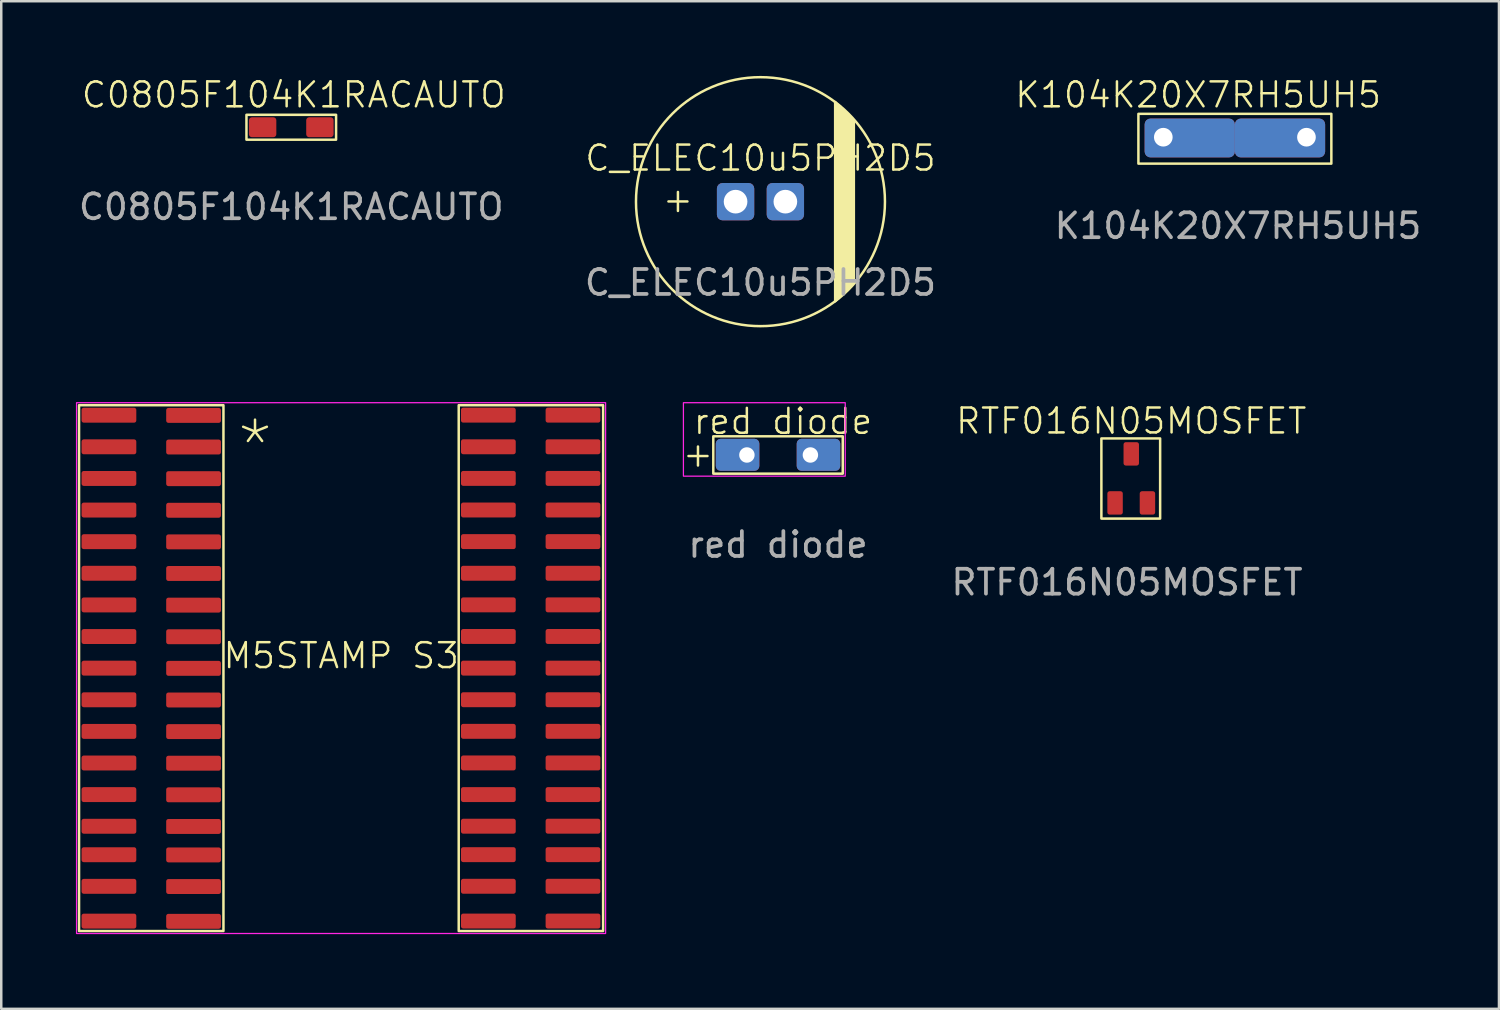
<source format=kicad_pcb>
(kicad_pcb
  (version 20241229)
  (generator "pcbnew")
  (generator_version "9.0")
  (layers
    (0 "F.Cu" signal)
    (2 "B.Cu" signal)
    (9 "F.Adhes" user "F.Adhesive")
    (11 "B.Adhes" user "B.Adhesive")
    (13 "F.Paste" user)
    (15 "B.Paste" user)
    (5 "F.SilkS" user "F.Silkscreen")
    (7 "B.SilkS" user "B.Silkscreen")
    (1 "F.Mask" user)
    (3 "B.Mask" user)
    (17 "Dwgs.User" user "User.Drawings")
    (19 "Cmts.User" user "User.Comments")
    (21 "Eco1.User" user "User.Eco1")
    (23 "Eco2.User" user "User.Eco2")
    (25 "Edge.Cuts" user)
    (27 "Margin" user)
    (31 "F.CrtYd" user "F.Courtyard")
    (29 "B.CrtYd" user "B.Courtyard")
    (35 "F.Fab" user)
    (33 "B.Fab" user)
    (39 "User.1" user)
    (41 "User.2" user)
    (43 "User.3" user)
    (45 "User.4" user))
  (footprint "C0805F104K1RACAUTO"
    (layer "F.Cu")
    (at 8.649 2.061)
    (property "Reference" "C0805F104K1RACAUTO" (at 0.1 -1.3 0) (unlocked yes) (layer "F.SilkS") (effects (font (size 1 1) (thickness 0.1))))
    (attr smd)
    (fp_rect (start -1.8 -0.5) (end 1.8 0.5) (stroke (width 0.1) (type default)) (fill no) (layer "F.SilkS"))
    (fp_text user "${REFERENCE}" (at 0 3.2 0) (unlocked yes) (layer "F.Fab") (effects (font (size 1 1) (thickness 0.15))))
    (pad "1" smd roundrect (at -1.15 0) (size 1.1 0.8) (layers "F.Cu" "F.Mask" "F.Paste") (roundrect_rratio 0.15))
    (pad "2" smd roundrect (at 0.9 0) (size 1.1 0.8) (drill (offset 0.25 0)) (layers "F.Cu" "F.Mask" "F.Paste") (roundrect_rratio 0.15)))
  (footprint "M5STAMP S3"
    (layer "F.Cu")
    (at 10.655 23.785)
    (property "Reference" "M5STAMP S3" (at 0 -0.5 0) (unlocked yes) (layer "F.SilkS") (effects (font (size 1 1) (thickness 0.1))))
    (attr smd)
    (fp_rect (start -10.53 -10.56) (end -4.73 10.56) (stroke (width 0.1) (type solid)) (fill no) (layer "F.SilkS"))
    (fp_rect (start 4.72 -10.56) (end 10.52 10.56) (stroke (width 0.1) (type solid)) (fill no) (layer "F.SilkS"))
    (fp_rect (start -10.63 -10.66) (end 10.62 10.66) (stroke (width 0.05) (type solid)) (fill no) (layer "F.CrtYd"))
    (fp_text user "*" (at -4.29 -7.73 0) (unlocked yes) (layer "F.SilkS") (effects (font (size 2 2) (thickness 0.1)) (justify left bottom)))
    (pad "1" smd roundrect (at -9.33 -10.158) (size 2.2 0.6) (layers "F.Cu" "F.Mask" "F.Paste") (roundrect_rratio 0.15))
    (pad "2" smd roundrect (at -5.93 -10.15) (size 2.2 0.6) (layers "F.Cu" "F.Mask" "F.Paste") (roundrect_rratio 0.15))
    (pad "3" smd roundrect (at -9.33 -8.888) (size 2.2 0.6) (layers "F.Cu" "F.Mask" "F.Paste") (roundrect_rratio 0.15))
    (pad "4" smd roundrect (at -5.93 -8.88) (size 2.2 0.6) (layers "F.Cu" "F.Mask" "F.Paste") (roundrect_rratio 0.15))
    (pad "5" smd roundrect (at -9.33 -7.618) (size 2.2 0.6) (layers "F.Cu" "F.Mask" "F.Paste") (roundrect_rratio 0.15))
    (pad "6" smd roundrect (at -5.93 -7.61) (size 2.2 0.6) (layers "F.Cu" "F.Mask" "F.Paste") (roundrect_rratio 0.15))
    (pad "7" smd roundrect (at -9.33 -6.348) (size 2.2 0.6) (layers "F.Cu" "F.Mask" "F.Paste") (roundrect_rratio 0.15))
    (pad "8" smd roundrect (at -5.93 -6.34) (size 2.2 0.6) (layers "F.Cu" "F.Mask" "F.Paste") (roundrect_rratio 0.15))
    (pad "9" smd roundrect (at -9.33 -5.078) (size 2.2 0.6) (layers "F.Cu" "F.Mask" "F.Paste") (roundrect_rratio 0.15))
    (pad "10" smd roundrect (at -5.93 -5.07) (size 2.2 0.6) (layers "F.Cu" "F.Mask" "F.Paste") (roundrect_rratio 0.15))
    (pad "11" smd roundrect (at -9.33 -3.808) (size 2.2 0.6) (layers "F.Cu" "F.Mask" "F.Paste") (roundrect_rratio 0.15))
    (pad "12" smd roundrect (at -5.93 -3.8) (size 2.2 0.6) (layers "F.Cu" "F.Mask" "F.Paste") (roundrect_rratio 0.15))
    (pad "13" smd roundrect (at -9.33 -2.538) (size 2.2 0.6) (layers "F.Cu" "F.Mask" "F.Paste") (roundrect_rratio 0.15))
    (pad "14" smd roundrect (at -5.93 -2.53) (size 2.2 0.6) (layers "F.Cu" "F.Mask" "F.Paste") (roundrect_rratio 0.15))
    (pad "15" smd roundrect (at -9.33 -1.268) (size 2.2 0.6) (layers "F.Cu" "F.Mask" "F.Paste") (roundrect_rratio 0.15))
    (pad "16" smd roundrect (at -5.93 -1.26) (size 2.2 0.6) (layers "F.Cu" "F.Mask" "F.Paste") (roundrect_rratio 0.15))
    (pad "17" smd roundrect (at -9.33 0.002) (size 2.2 0.6) (layers "F.Cu" "F.Mask" "F.Paste") (roundrect_rratio 0.15))
    (pad "18" smd roundrect (at -5.93 0.01) (size 2.2 0.6) (layers "F.Cu" "F.Mask" "F.Paste") (roundrect_rratio 0.15))
    (pad "19" smd roundrect (at -9.33 1.272) (size 2.2 0.6) (layers "F.Cu" "F.Mask" "F.Paste") (roundrect_rratio 0.15))
    (pad "20" smd roundrect (at -5.93 1.28) (size 2.2 0.6) (layers "F.Cu" "F.Mask" "F.Paste") (roundrect_rratio 0.15))
    (pad "21" smd roundrect (at -9.33 2.542) (size 2.2 0.6) (layers "F.Cu" "F.Mask" "F.Paste") (roundrect_rratio 0.15))
    (pad "22" smd roundrect (at -5.93 2.55) (size 2.2 0.6) (layers "F.Cu" "F.Mask" "F.Paste") (roundrect_rratio 0.15))
    (pad "23" smd roundrect (at -9.33 3.812) (size 2.2 0.6) (layers "F.Cu" "F.Mask" "F.Paste") (roundrect_rratio 0.15))
    (pad "24" smd roundrect (at -5.93 3.82) (size 2.2 0.6) (layers "F.Cu" "F.Mask" "F.Paste") (roundrect_rratio 0.15))
    (pad "25" smd roundrect (at -9.33 5.082) (size 2.2 0.6) (layers "F.Cu" "F.Mask" "F.Paste") (roundrect_rratio 0.15))
    (pad "26" smd roundrect (at -5.93 5.09) (size 2.2 0.6) (layers "F.Cu" "F.Mask" "F.Paste") (roundrect_rratio 0.15))
    (pad "27" smd roundrect (at -9.33 6.352) (size 2.2 0.6) (layers "F.Cu" "F.Mask" "F.Paste") (roundrect_rratio 0.15))
    (pad "28" smd roundrect (at -5.93 6.36) (size 2.2 0.6) (layers "F.Cu" "F.Mask" "F.Paste") (roundrect_rratio 0.15))
    (pad "29" smd roundrect (at -9.33 7.495) (size 2.2 0.6) (layers "F.Cu" "F.Mask" "F.Paste") (roundrect_rratio 0.15))
    (pad "30" smd roundrect (at -5.93 7.503) (size 2.2 0.6) (layers "F.Cu" "F.Mask" "F.Paste") (roundrect_rratio 0.15))
    (pad "31" smd roundrect (at -9.33 8.765) (size 2.2 0.6) (layers "F.Cu" "F.Mask" "F.Paste") (roundrect_rratio 0.15))
    (pad "32" smd roundrect (at -5.93 8.773) (size 2.2 0.6) (layers "F.Cu" "F.Mask" "F.Paste") (roundrect_rratio 0.15))
    (pad "33" smd roundrect (at -9.33 10.162) (size 2.2 0.6) (layers "F.Cu" "F.Mask" "F.Paste") (roundrect_rratio 0.15))
    (pad "34" smd roundrect (at -5.93 10.17) (size 2.2 0.6) (layers "F.Cu" "F.Mask" "F.Paste") (roundrect_rratio 0.15))
    (pad "35" smd roundrect (at 5.91 10.16) (size 2.2 0.6) (layers "F.Cu" "F.Mask" "F.Paste") (roundrect_rratio 0.15))
    (pad "36" smd roundrect (at 9.31 10.16) (size 2.2 0.6) (layers "F.Cu" "F.Mask" "F.Paste") (roundrect_rratio 0.15))
    (pad "37" smd roundrect (at 5.91 8.763) (size 2.2 0.6) (layers "F.Cu" "F.Mask" "F.Paste") (roundrect_rratio 0.15))
    (pad "38" smd roundrect (at 9.31 8.763) (size 2.2 0.6) (layers "F.Cu" "F.Mask" "F.Paste") (roundrect_rratio 0.15))
    (pad "39" smd roundrect (at 5.91 7.493) (size 2.2 0.6) (layers "F.Cu" "F.Mask" "F.Paste") (roundrect_rratio 0.15))
    (pad "40" smd roundrect (at 9.31 7.493) (size 2.2 0.6) (layers "F.Cu" "F.Mask" "F.Paste") (roundrect_rratio 0.15))
    (pad "41" smd roundrect (at 5.91 6.35) (size 2.2 0.6) (layers "F.Cu" "F.Mask" "F.Paste") (roundrect_rratio 0.15))
    (pad "42" smd roundrect (at 9.31 6.35) (size 2.2 0.6) (layers "F.Cu" "F.Mask" "F.Paste") (roundrect_rratio 0.15))
    (pad "43" smd roundrect (at 5.91 5.08) (size 2.2 0.6) (layers "F.Cu" "F.Mask" "F.Paste") (roundrect_rratio 0.15))
    (pad "44" smd roundrect (at 9.31 5.08) (size 2.2 0.6) (layers "F.Cu" "F.Mask" "F.Paste") (roundrect_rratio 0.15))
    (pad "45" smd roundrect (at 5.91 3.81) (size 2.2 0.6) (layers "F.Cu" "F.Mask" "F.Paste") (roundrect_rratio 0.15))
    (pad "46" smd roundrect (at 9.31 3.81) (size 2.2 0.6) (layers "F.Cu" "F.Mask" "F.Paste") (roundrect_rratio 0.15))
    (pad "47" smd roundrect (at 5.91 2.54) (size 2.2 0.6) (layers "F.Cu" "F.Mask" "F.Paste") (roundrect_rratio 0.15))
    (pad "48" smd roundrect (at 9.31 2.54) (size 2.2 0.6) (layers "F.Cu" "F.Mask" "F.Paste") (roundrect_rratio 0.15))
    (pad "49" smd roundrect (at 5.91 1.27) (size 2.2 0.6) (layers "F.Cu" "F.Mask" "F.Paste") (roundrect_rratio 0.15))
    (pad "50" smd roundrect (at 9.31 1.27) (size 2.2 0.6) (layers "F.Cu" "F.Mask" "F.Paste") (roundrect_rratio 0.15))
    (pad "51" smd roundrect (at 5.91 0) (size 2.2 0.6) (layers "F.Cu" "F.Mask" "F.Paste") (roundrect_rratio 0.15))
    (pad "52" smd roundrect (at 9.31 0) (size 2.2 0.6) (layers "F.Cu" "F.Mask" "F.Paste") (roundrect_rratio 0.15))
    (pad "53" smd roundrect (at 5.91 -1.27) (size 2.2 0.6) (layers "F.Cu" "F.Mask" "F.Paste") (roundrect_rratio 0.15))
    (pad "54" smd roundrect (at 9.31 -1.27) (size 2.2 0.6) (layers "F.Cu" "F.Mask" "F.Paste") (roundrect_rratio 0.15))
    (pad "55" smd roundrect (at 5.91 -2.54) (size 2.2 0.6) (layers "F.Cu" "F.Mask" "F.Paste") (roundrect_rratio 0.15))
    (pad "56" smd roundrect (at 9.31 -2.54) (size 2.2 0.6) (layers "F.Cu" "F.Mask" "F.Paste") (roundrect_rratio 0.15))
    (pad "57" smd roundrect (at 5.91 -3.81) (size 2.2 0.6) (layers "F.Cu" "F.Mask" "F.Paste") (roundrect_rratio 0.15))
    (pad "58" smd roundrect (at 9.31 -3.81) (size 2.2 0.6) (layers "F.Cu" "F.Mask" "F.Paste") (roundrect_rratio 0.15))
    (pad "59" smd roundrect (at 5.91 -5.08) (size 2.2 0.6) (layers "F.Cu" "F.Mask" "F.Paste") (roundrect_rratio 0.15))
    (pad "60" smd roundrect (at 9.31 -5.08) (size 2.2 0.6) (layers "F.Cu" "F.Mask" "F.Paste") (roundrect_rratio 0.15))
    (pad "61" smd roundrect (at 5.91 -6.35) (size 2.2 0.6) (layers "F.Cu" "F.Mask" "F.Paste") (roundrect_rratio 0.15))
    (pad "62" smd roundrect (at 9.31 -6.35) (size 2.2 0.6) (layers "F.Cu" "F.Mask" "F.Paste") (roundrect_rratio 0.15))
    (pad "63" smd roundrect (at 5.91 -7.62) (size 2.2 0.6) (layers "F.Cu" "F.Mask" "F.Paste") (roundrect_rratio 0.15))
    (pad "64" smd roundrect (at 9.31 -7.62) (size 2.2 0.6) (layers "F.Cu" "F.Mask" "F.Paste") (roundrect_rratio 0.15))
    (pad "65" smd roundrect (at 5.91 -8.89) (size 2.2 0.6) (layers "F.Cu" "F.Mask" "F.Paste") (roundrect_rratio 0.15))
    (pad "66" smd roundrect (at 9.31 -8.89) (size 2.2 0.6) (layers "F.Cu" "F.Mask" "F.Paste") (roundrect_rratio 0.15))
    (pad "67" smd roundrect (at 5.91 -10.16) (size 2.2 0.6) (layers "F.Cu" "F.Mask" "F.Paste") (roundrect_rratio 0.15))
    (pad "68" smd roundrect (at 9.31 -10.16) (size 2.2 0.6) (layers "F.Cu" "F.Mask" "F.Paste") (roundrect_rratio 0.15)))
  (footprint "K104K20X7RH5UH5"
    (layer "F.Cu")
    (at 46.675 2.523)
    (property "Reference" "K104K20X7RH5UH5" (at -1.6 -1.762 0) (unlocked yes) (layer "F.SilkS") (effects (font (size 1 1) (thickness 0.1))))
    (attr smd)
    (fp_rect (start -4 -1) (end 3.75 1) (stroke (width 0.1) (type default)) (fill no) (layer "F.SilkS"))
    (fp_text user "${REFERENCE}" (at 0 3.5 0) (unlocked yes) (layer "F.Fab") (effects (font (size 1 1) (thickness 0.15))))
    (pad "1" thru_hole roundrect (at -3 -0.062) (size 3.625 1.562) (drill 0.75 (offset 1.062 0.031)) (layers "*.Cu" "*.Mask") (roundrect_rratio 0.15))
    (pad "2" thru_hole roundrect (at 2.75 -0.062) (size 3.625 1.562) (drill 0.75 (offset -1.062 0.031)) (layers "*.Cu" "*.Mask") (roundrect_rratio 0.15)))
  (footprint "C_ELEC10u5PH2D5"
    (layer "F.Cu")
    (at 27.495 5.05)
    (property "Reference" "C_ELEC10u5PH2D5" (at 0 -1.75 0) (unlocked yes) (layer "F.SilkS") (effects (font (size 1 1) (thickness 0.1))))
    (attr smd)
    (fp_circle (center 0 0) (end 5 0) (stroke (width 0.1) (type solid)) (fill no) (layer "F.SilkS"))
    (fp_poly (pts (xy 3 -4) (xy 3 4) (xy 3.75 3.25) (xy 3.75 -3.25)) (stroke (width 0.1) (type solid)) (fill yes) (layer "F.SilkS"))
    (fp_text user "+" (at -4 0.5 0) (unlocked yes) (layer "F.SilkS") (effects (font (size 1 1) (thickness 0.1)) (justify left bottom)))
    (fp_text user "${REFERENCE}" (at 0 3.25 0) (unlocked yes) (layer "F.Fab") (effects (font (size 1 1) (thickness 0.15))))
    (pad "1" thru_hole roundrect (at -1 0) (size 1.5 1.5) (drill 0.95) (layers "*.Cu" "*.Mask") (roundrect_rratio 0.15))
    (pad "2" thru_hole roundrect (at 1 0) (size 1.5 1.5) (drill 0.95) (layers "*.Cu" "*.Mask") (roundrect_rratio 0.15)))
  (footprint "red diode"
    (layer "F.Cu")
    (at 28.2 14.875)
    (property "Reference" "red diode" (at 0.2 -1 0) (unlocked yes) (layer "F.SilkS") (effects (font (size 1 1) (thickness 0.1))))
    (attr smd)
    (fp_rect (start -2.6 -0.4) (end 2.6 1.1) (stroke (width 0.1) (type default)) (fill no) (layer "F.SilkS"))
    (fp_rect (start -3.8 -1.75) (end 2.7 1.2) (stroke (width 0.05) (type default)) (fill no) (layer "F.CrtYd"))
    (fp_text user "+" (at -3.9 0.9 0) (unlocked yes) (layer "F.SilkS") (effects (font (size 1 1) (thickness 0.1)) (justify left bottom)))
    (fp_text user "${REFERENCE}" (at 0 3.95 0) (unlocked yes) (layer "F.Fab") (effects (font (size 1 1) (thickness 0.15))))
    (pad "1" thru_hole roundrect (at 1.3 0.35) (size 1.75 1.285) (drill 0.62 (offset 0.325 -0.007)) (layers "*.Cu" "*.Mask") (roundrect_rratio 0.15))
    (pad "2" thru_hole roundrect (at -1.25 0.35) (size 1.75 1.285) (drill 0.62 (offset -0.375 -0.007)) (layers "*.Cu" "*.Mask") (roundrect_rratio 0.15)))
  (footprint "RTF016N05MOSFET"
    (layer "F.Cu")
    (at 42.388 16.16)
    (property "Reference" "RTF016N05MOSFET" (at 0 -2.3 0) (unlocked yes) (layer "F.SilkS") (effects (font (size 1 1) (thickness 0.1))))
    (attr smd)
    (fp_rect (start -1.2 -1.6) (end 1.16 1.62) (stroke (width 0.1) (type default)) (fill no) (layer "F.SilkS"))
    (fp_text user "${REFERENCE}" (at -0.17 4.18 0) (unlocked yes) (layer "F.Fab") (effects (font (size 1 1) (thickness 0.15))))
    (pad "D" smd roundrect (at 0 -0.98) (size 0.62 0.94) (layers "F.Cu" "F.Mask" "F.Paste") (roundrect_rratio 0.15))
    (pad "G" smd roundrect (at -0.65 0.99) (size 0.62 0.94) (layers "F.Cu" "F.Mask" "F.Paste") (roundrect_rratio 0.15))
    (pad "S" smd roundrect (at 0.65 0.99) (size 0.62 0.94) (layers "F.Cu" "F.Mask" "F.Paste") (roundrect_rratio 0.15)))
  (gr_rect
    (start -3 -3)
    (end 57.157 37.47)
    (stroke (width 0.1) (type default))
    (fill no)
    (layer "Edge.Cuts")))
</source>
